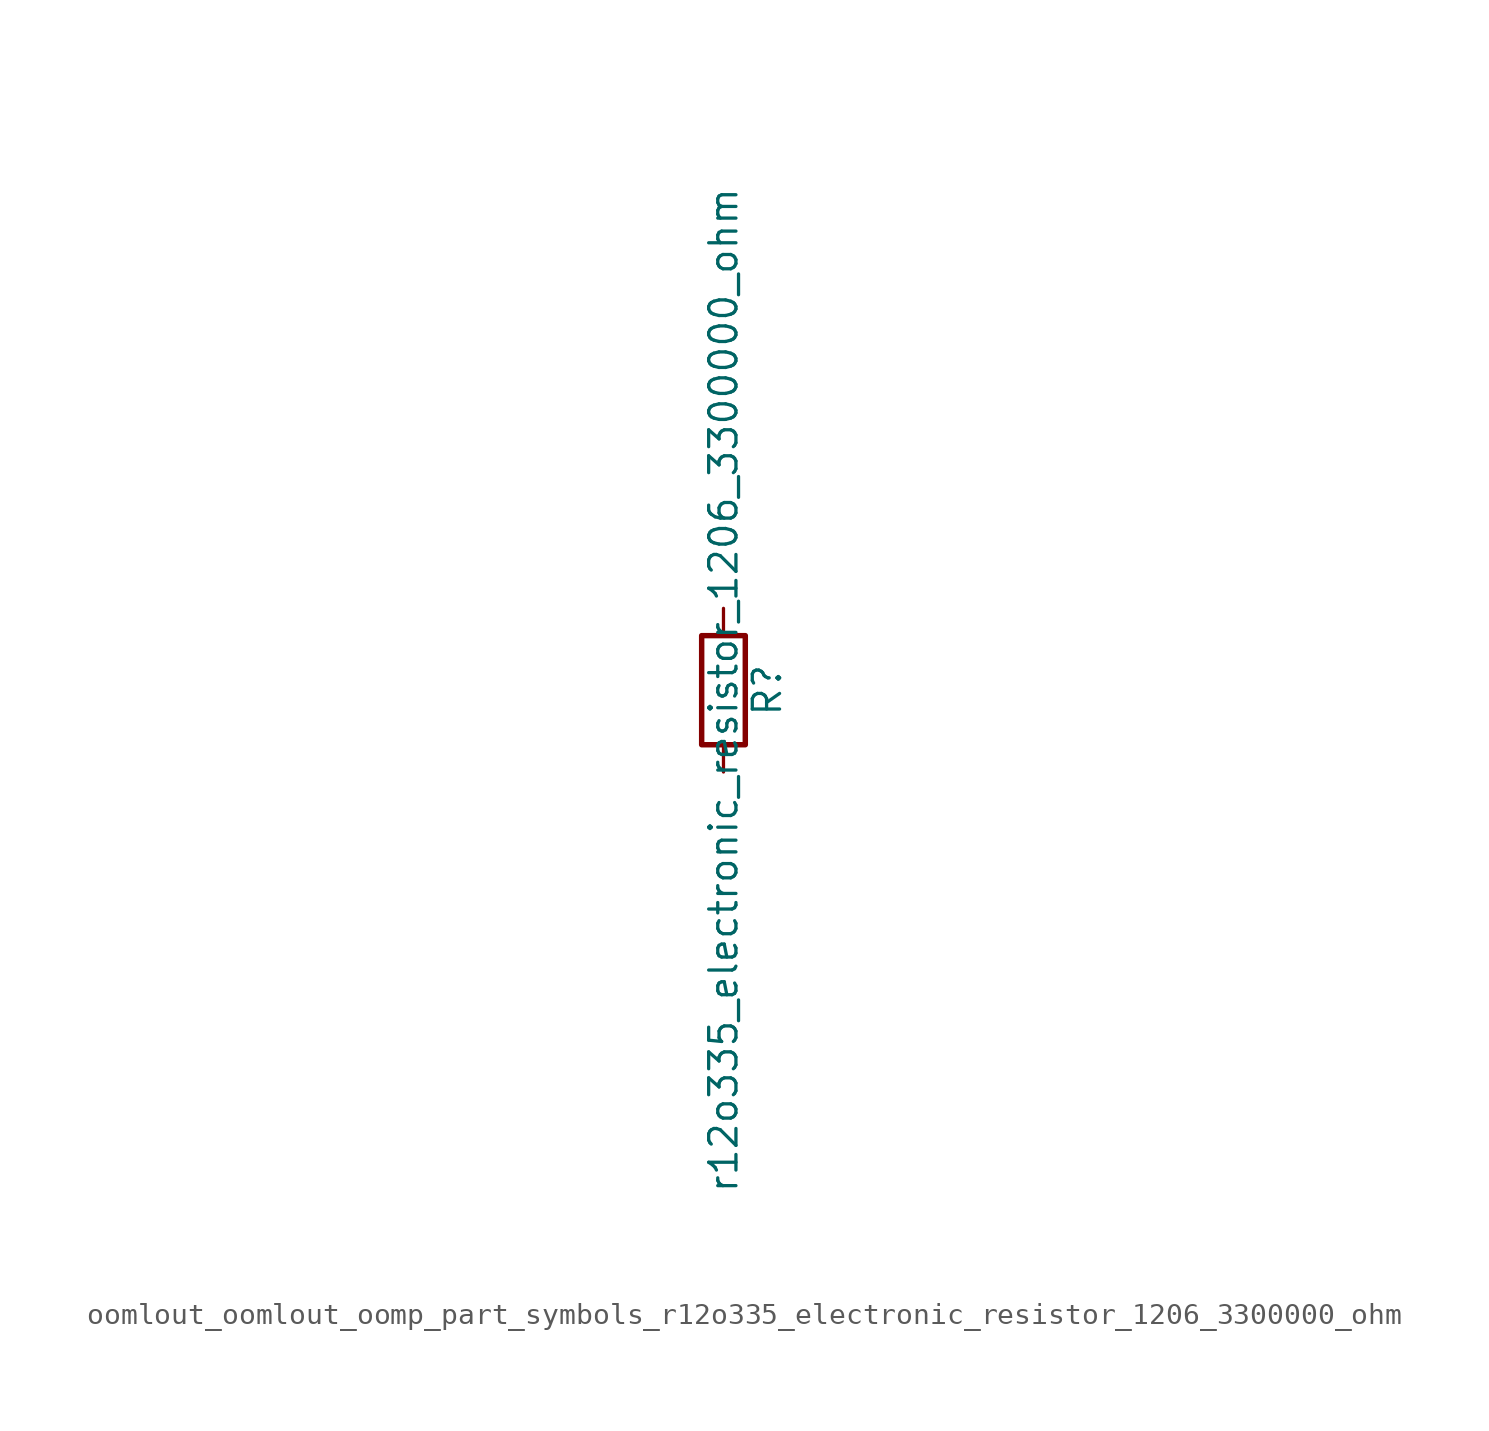
<source format=kicad_sym>
(kicad_symbol_lib
  (version 20220914)
  (generator kicad_symbol_editor)
  (symbol "oomlout_oomlout_oomp_part_symbols_r12o335_electronic_resistor_1206_3300000_ohm"
    (pin_numbers hide)
    (pin_names
      (offset 0))
    (property "Reference" "R"
      (at 2.032 0 90)
      (effects (font (size 1.27 1.27))))
    (property "Value" "r12o335_electronic_resistor_1206_3300000_ohm"
      (at 0 0 90)
      (effects (font (size 1.27 1.27))))
    (symbol "oomlout_oomlout_oomp_part_symbols_r12o335_electronic_resistor_1206_3300000_ohm_0_1"
      (rectangle (start -1.016 -2.54) (end 1.016 2.54) (stroke (width 0.254) (type default)) (fill (type none))))
    (symbol "oomlout_oomlout_oomp_part_symbols_r12o335_electronic_resistor_1206_3300000_ohm_1_1"
      (pin passive line (at 0 3.81 270) (length 1.27) (name "~" (effects (font (size 1.27 1.27)))) (number "1" (effects (font (size 1.27 1.27)))))
      (pin passive line (at 0 -3.81 90) (length 1.27) (name "~" (effects (font (size 1.27 1.27)))) (number "2" (effects (font (size 1.27 1.27))))))))
</source>
